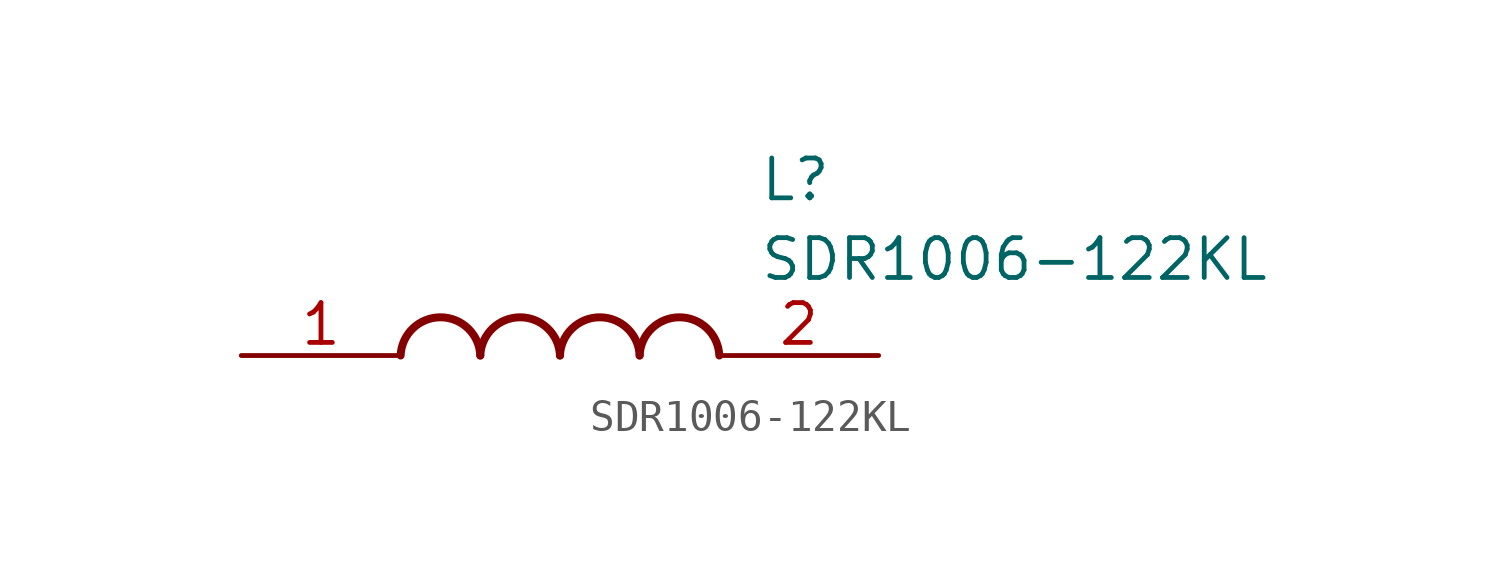
<source format=kicad_sym>
(kicad_symbol_lib
  (version 20211014)
  (generator SamacSys_ECAD_Model)
  (symbol "SDR1006-122KL"
    (pin_names hide)
    (property "Reference" "L"
      (at 16.51 6.35 0)
      (effects (font (size 1.27 1.27)) (justify left top)))
    (property "Value" "SDR1006-122KL"
      (at 16.51 3.81 0)
      (effects (font (size 1.27 1.27)) (justify left top)))
    (arc
      (start 7.62 0)
      (mid 6.35 1.219)
      (end 5.08 0)
      (stroke (width 0.254) (type default))
      (fill (type none)))
    (arc
      (start 10.16 0)
      (mid 8.89 1.219)
      (end 7.62 0)
      (stroke (width 0.254) (type default))
      (fill (type none)))
    (arc
      (start 12.7 0)
      (mid 11.43 1.219)
      (end 10.16 0)
      (stroke (width 0.254) (type default))
      (fill (type none)))
    (arc
      (start 15.24 0)
      (mid 13.97 1.219)
      (end 12.7 0)
      (stroke (width 0.254) (type default))
      (fill (type none)))
    (pin passive line
      (at 0 0 0)
      (length 5.08)
      (name "1" (effects (font (size 1.27 1.27))))
      (number "1" (effects (font (size 1.27 1.27)))))
    (pin passive line
      (at 20.32 0 180)
      (length 5.08)
      (name "2" (effects (font (size 1.27 1.27))))
      (number "2" (effects (font (size 1.27 1.27)))))))
</source>
